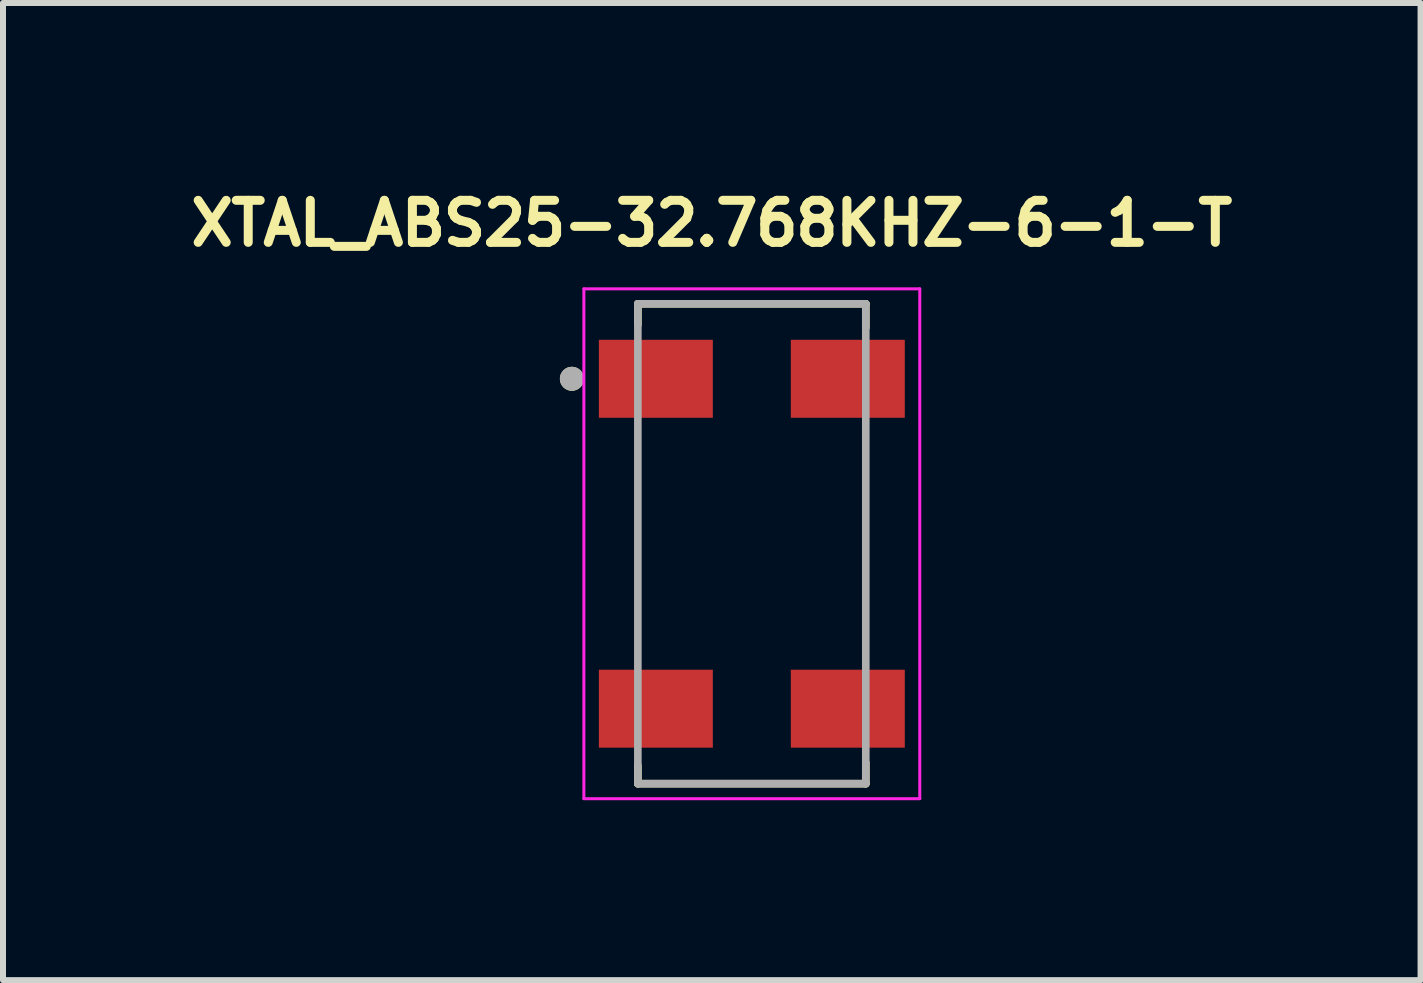
<source format=kicad_pcb>
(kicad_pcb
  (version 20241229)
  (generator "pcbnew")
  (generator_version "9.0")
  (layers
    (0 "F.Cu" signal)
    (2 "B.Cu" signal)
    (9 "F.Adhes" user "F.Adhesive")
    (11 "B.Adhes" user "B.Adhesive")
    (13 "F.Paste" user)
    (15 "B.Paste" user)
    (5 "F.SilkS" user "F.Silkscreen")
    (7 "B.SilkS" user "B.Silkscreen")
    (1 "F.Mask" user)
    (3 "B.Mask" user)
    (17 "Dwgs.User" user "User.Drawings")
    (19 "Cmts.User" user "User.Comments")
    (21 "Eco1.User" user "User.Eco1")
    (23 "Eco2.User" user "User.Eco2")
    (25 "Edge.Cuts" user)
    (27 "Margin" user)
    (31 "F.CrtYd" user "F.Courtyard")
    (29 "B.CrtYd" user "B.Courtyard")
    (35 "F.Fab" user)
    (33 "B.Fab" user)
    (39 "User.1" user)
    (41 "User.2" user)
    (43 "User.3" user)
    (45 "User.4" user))
  (footprint "XTAL_ABS25-32.768KHZ-6-1-T"
    (layer "F.Cu")
    (at 9.484 6.015)
    (property "Reference" "XTAL_ABS25-32.768KHZ-6-1-T" (at -0.668 -5.341 0) (layer "F.SilkS") (effects (font (size 0.701 0.701) (thickness 0.15))))
    (attr smd)
    (fp_line (start -1.9 -4) (end -1.9 -3.65) (stroke (width 0.127) (type solid)) (layer "F.SilkS"))
    (fp_line (start -1.9 4) (end -1.9 3.7) (stroke (width 0.127) (type solid)) (layer "F.SilkS"))
    (fp_line (start 1.9 -4) (end -1.9 -4) (stroke (width 0.127) (type solid)) (layer "F.SilkS"))
    (fp_line (start 1.9 -3.6) (end 1.9 -4) (stroke (width 0.127) (type solid)) (layer "F.SilkS"))
    (fp_line (start 1.9 3.65) (end 1.9 4) (stroke (width 0.127) (type solid)) (layer "F.SilkS"))
    (fp_line (start 1.9 4) (end -1.9 4) (stroke (width 0.127) (type solid)) (layer "F.SilkS"))
    (fp_circle (center -3 -2.75) (end -2.9 -2.75) (stroke (width 0.2) (type solid)) (fill no) (layer "F.SilkS"))
    (fp_line (start -2.8 -4.25) (end -2.8 4.25) (stroke (width 0.05) (type solid)) (layer "F.CrtYd"))
    (fp_line (start -2.8 4.25) (end 2.8 4.25) (stroke (width 0.05) (type solid)) (layer "F.CrtYd"))
    (fp_line (start 2.8 -4.25) (end -2.8 -4.25) (stroke (width 0.05) (type solid)) (layer "F.CrtYd"))
    (fp_line (start 2.8 4.25) (end 2.8 -4.25) (stroke (width 0.05) (type solid)) (layer "F.CrtYd"))
    (fp_line (start -1.9 -4) (end -1.9 4) (stroke (width 0.127) (type solid)) (layer "F.Fab"))
    (fp_line (start -1.9 4) (end 1.9 4) (stroke (width 0.127) (type solid)) (layer "F.Fab"))
    (fp_line (start 1.9 -4) (end -1.9 -4) (stroke (width 0.127) (type solid)) (layer "F.Fab"))
    (fp_line (start 1.9 4) (end 1.9 -4) (stroke (width 0.127) (type solid)) (layer "F.Fab"))
    (fp_circle (center -3 -2.75) (end -2.9 -2.75) (stroke (width 0.2) (type solid)) (fill no) (layer "F.Fab"))
    (pad "1" smd rect (at -1.6 -2.75) (size 1.9 1.3) (layers "F.Cu" "F.Mask" "F.Paste"))
    (pad "2" smd rect (at -1.6 2.75) (size 1.9 1.3) (layers "F.Cu" "F.Mask" "F.Paste"))
    (pad "3" smd rect (at 1.6 2.75) (size 1.9 1.3) (layers "F.Cu" "F.Mask" "F.Paste"))
    (pad "4" smd rect (at 1.6 -2.75) (size 1.9 1.3) (layers "F.Cu" "F.Mask" "F.Paste")))
  (gr_rect
    (start -3 -3)
    (end 20.633 13.29)
    (stroke (width 0.1) (type default))
    (fill no)
    (layer "Edge.Cuts")))
</source>
